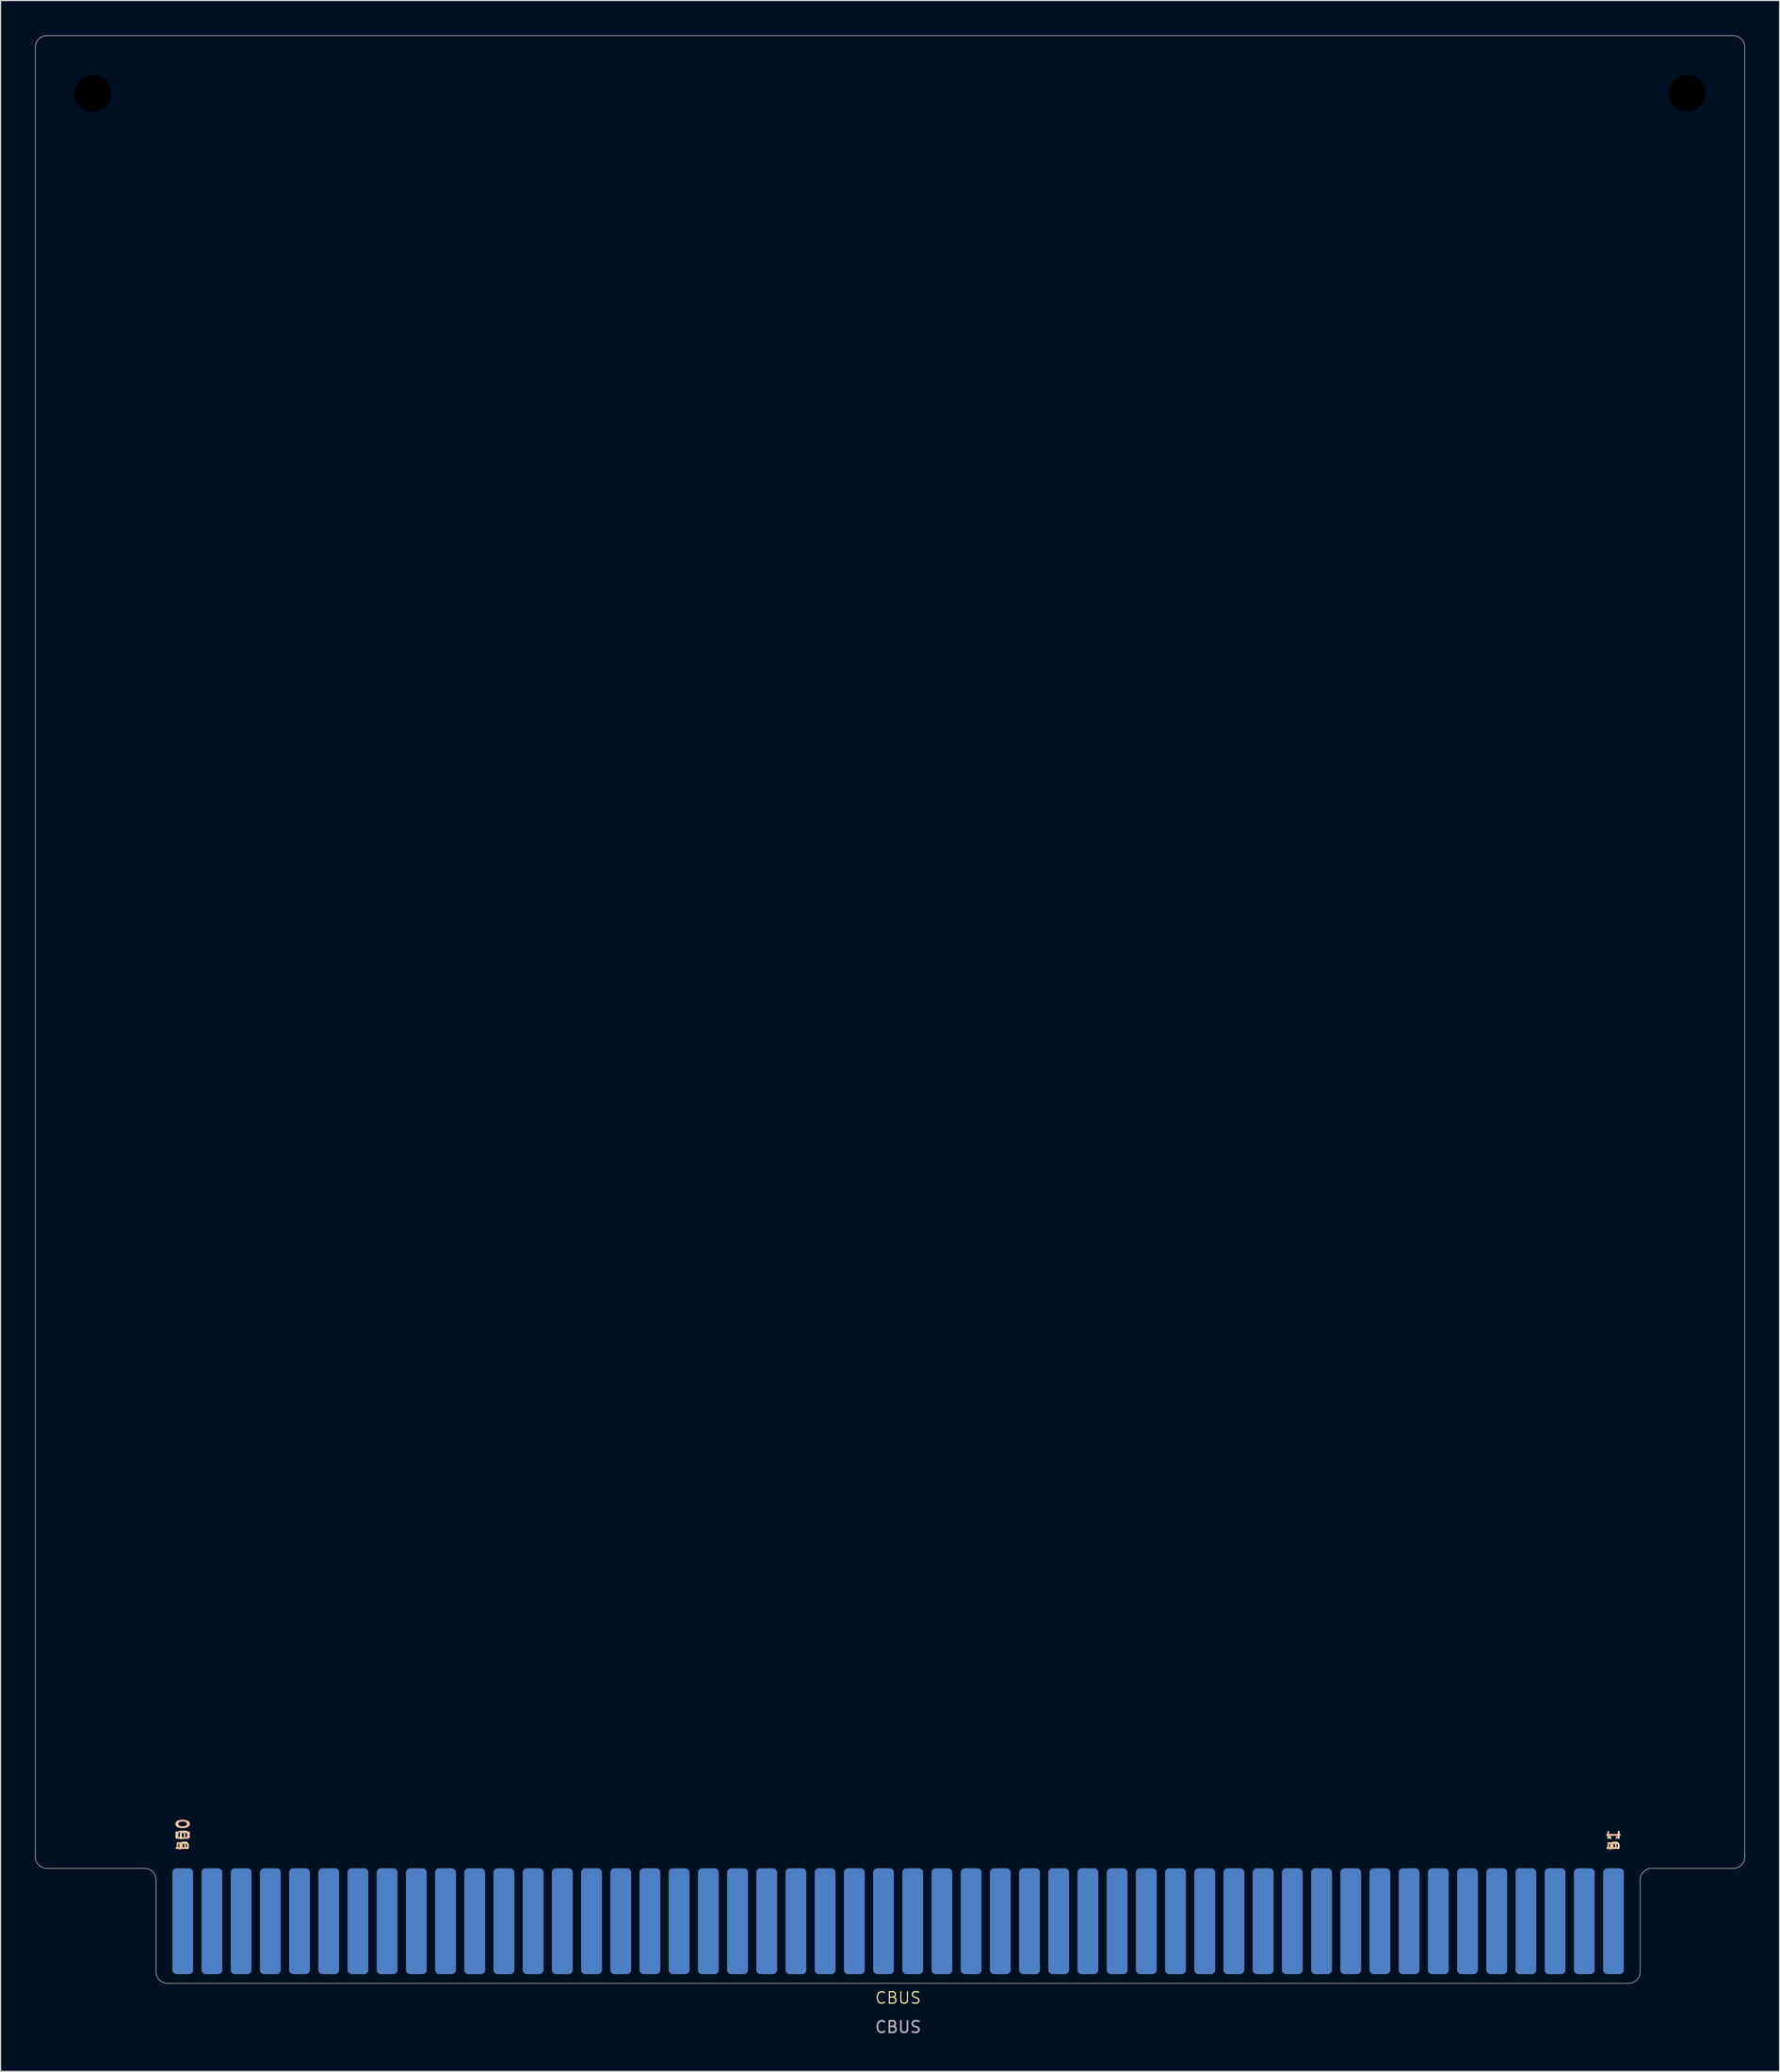
<source format=kicad_pcb>
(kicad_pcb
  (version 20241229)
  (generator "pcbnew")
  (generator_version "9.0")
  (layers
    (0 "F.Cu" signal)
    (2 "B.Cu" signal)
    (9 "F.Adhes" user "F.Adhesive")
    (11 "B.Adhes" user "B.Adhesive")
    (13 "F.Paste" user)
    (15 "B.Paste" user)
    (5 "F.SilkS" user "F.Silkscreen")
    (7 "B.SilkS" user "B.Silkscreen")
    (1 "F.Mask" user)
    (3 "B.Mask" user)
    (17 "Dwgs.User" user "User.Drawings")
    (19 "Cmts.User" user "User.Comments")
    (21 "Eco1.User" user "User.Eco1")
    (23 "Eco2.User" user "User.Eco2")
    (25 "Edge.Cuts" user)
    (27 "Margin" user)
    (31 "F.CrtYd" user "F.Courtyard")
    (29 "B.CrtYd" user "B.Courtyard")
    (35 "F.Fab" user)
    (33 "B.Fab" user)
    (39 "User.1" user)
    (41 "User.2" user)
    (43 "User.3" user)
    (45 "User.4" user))
  (footprint "CBUS"
    (layer "F.Cu")
    (at 75.075 169.45)
    (property "Reference" "CBUS" (at 0 1.27 0) (unlocked yes) (layer "F.SilkS") (effects (font (size 1 1) (thickness 0.1))))
    (attr allow_soldermask_bridges)
    (fp_rect (start -75.05 -10) (end 73.65 0) (stroke (width 0) (type solid)) (fill yes) (layer "F.Mask"))
    (fp_rect (start -75.05 -10) (end 73.65 0) (stroke (width 0) (type solid)) (fill yes) (layer "B.Mask"))
    (fp_line (start -69.97 -159.24) (end -69.97 -10) (stroke (width 0.1) (type default)) (layer "Eco2.User"))
    (fp_line (start -54.73 -159.24) (end -69.97 -159.24) (stroke (width 0.1) (type default)) (layer "Eco2.User"))
    (fp_line (start -54.73 -159.24) (end -54.73 -169.4) (stroke (width 0.1) (type default)) (layer "Eco2.User"))
    (fp_line (start 53.33 -159.24) (end 53.33 -169.4) (stroke (width 0.1) (type default)) (layer "Eco2.User"))
    (fp_line (start 53.33 -159.24) (end 68.57 -159.24) (stroke (width 0.1) (type default)) (layer "Eco2.User"))
    (fp_line (start 68.57 -159.24) (end 68.57 -10) (stroke (width 0.1) (type default)) (layer "Eco2.User"))
    (fp_line (start -75.05 -11) (end -75.05 -168.4) (stroke (width 0.05) (type default)) (layer "Edge.Cuts"))
    (fp_line (start -74.05 -10) (end -65.55 -10) (stroke (width 0.05) (type default)) (layer "Edge.Cuts"))
    (fp_line (start -64.55 -1) (end -64.55 -9) (stroke (width 0.05) (type default)) (layer "Edge.Cuts"))
    (fp_line (start -63.55 0) (end 63.55 0) (stroke (width 0.05) (type default)) (layer "Edge.Cuts"))
    (fp_line (start 64.55 -1) (end 64.55 -9) (stroke (width 0.05) (type default)) (layer "Edge.Cuts"))
    (fp_line (start 65.55 -10) (end 72.65 -10) (stroke (width 0.05) (type default)) (layer "Edge.Cuts"))
    (fp_line (start 72.65 -169.4) (end -74.05 -169.4) (stroke (width 0.05) (type default)) (layer "Edge.Cuts"))
    (fp_line (start 73.65 -168.4) (end 73.65 -11) (stroke (width 0.05) (type default)) (layer "Edge.Cuts"))
    (fp_arc (start -75.05 -168.4) (mid -74.757107 -169.107106) (end -74.05 -169.4) (stroke (width 0.05) (type default)) (layer "Edge.Cuts"))
    (fp_arc (start -74.05 -10) (mid -74.757106 -10.292893) (end -75.05 -11) (stroke (width 0.05) (type default)) (layer "Edge.Cuts"))
    (fp_arc (start -65.55 -10) (mid -64.842894 -9.707107) (end -64.55 -9) (stroke (width 0.05) (type default)) (layer "Edge.Cuts"))
    (fp_arc (start -63.55 0) (mid -64.257106 -0.292893) (end -64.55 -1) (stroke (width 0.05) (type default)) (layer "Edge.Cuts"))
    (fp_arc (start 64.55 -9) (mid 64.842893 -9.707106) (end 65.55 -10) (stroke (width 0.05) (type default)) (layer "Edge.Cuts"))
    (fp_arc (start 64.55 -1) (mid 64.257107 -0.292894) (end 63.55 0) (stroke (width 0.05) (type default)) (layer "Edge.Cuts"))
    (fp_arc (start 72.65 -169.4) (mid 73.357106 -169.107107) (end 73.65 -168.4) (stroke (width 0.05) (type default)) (layer "Edge.Cuts"))
    (fp_arc (start 73.65 -11) (mid 73.357107 -10.292894) (end 72.65 -10) (stroke (width 0.05) (type default)) (layer "Edge.Cuts"))
    (fp_text user "b1" (at 62.23 -11.43 90) (unlocked yes) (layer "F.SilkS") (effects (font (size 1 1) (thickness 0.15)) (justify left)))
    (fp_text user "b50" (at -62.23 -11.43 90) (unlocked yes) (layer "F.SilkS") (effects (font (size 1 1) (thickness 0.15)) (justify left)))
    (fp_text user "a1" (at 62.23 -11.43 270) (unlocked yes) (layer "B.SilkS") (effects (font (size 1 1) (thickness 0.15)) (justify left mirror)))
    (fp_text user "a50" (at -62.23 -11.43 270) (unlocked yes) (layer "B.SilkS") (effects (font (size 1 1) (thickness 0.15)) (justify left mirror)))
    (fp_text user "KEEPOUT" (at -72.5 -14.5 90) (unlocked yes) (layer "Eco2.User") (effects (font (size 1 1) (thickness 0.15))))
    (fp_text user "KEEPOUT" (at 71 -14.5 90) (unlocked yes) (layer "Eco2.User") (effects (font (size 1 1) (thickness 0.15))))
    (fp_text user "${REFERENCE}" (at 0 3.81 0) (unlocked yes) (layer "F.Fab") (effects (font (size 1 1) (thickness 0.15))))
    (pad "" np_thru_hole circle (at -70.05 -164.4) (size 3.5 3.5) (drill 3.2) (layers "*.Mask"))
    (pad "" np_thru_hole circle (at 68.65 -164.4) (size 3.5 3.5) (drill 3.2) (layers "*.Mask"))
    (pad "a1" connect roundrect (at 62.23 -9.1) (size 1.8 9.2) (drill (offset 0 3.7)) (layers "B.Cu" "B.Mask") (roundrect_rratio 0.2))
    (pad "a2" connect roundrect (at 59.69 -9.1) (size 1.8 9.2) (drill (offset 0 3.7)) (layers "B.Cu" "B.Mask") (roundrect_rratio 0.2))
    (pad "a3" connect roundrect (at 57.15 -9.1) (size 1.8 9.2) (drill (offset 0 3.7)) (layers "B.Cu" "B.Mask") (roundrect_rratio 0.2))
    (pad "a4" connect roundrect (at 54.61 -9.1) (size 1.8 9.2) (drill (offset 0 3.7)) (layers "B.Cu" "B.Mask") (roundrect_rratio 0.2))
    (pad "a5" connect roundrect (at 52.07 -9.1) (size 1.8 9.2) (drill (offset 0 3.7)) (layers "B.Cu" "B.Mask") (roundrect_rratio 0.2))
    (pad "a6" connect roundrect (at 49.53 -9.1) (size 1.8 9.2) (drill (offset 0 3.7)) (layers "B.Cu" "B.Mask") (roundrect_rratio 0.2))
    (pad "a7" connect roundrect (at 46.99 -9.1) (size 1.8 9.2) (drill (offset 0 3.7)) (layers "B.Cu" "B.Mask") (roundrect_rratio 0.2))
    (pad "a8" connect roundrect (at 44.45 -9.1) (size 1.8 9.2) (drill (offset 0 3.7)) (layers "B.Cu" "B.Mask") (roundrect_rratio 0.2))
    (pad "a9" connect roundrect (at 41.91 -9.1) (size 1.8 9.2) (drill (offset 0 3.7)) (layers "B.Cu" "B.Mask") (roundrect_rratio 0.2))
    (pad "a10" connect roundrect (at 39.37 -9.1) (size 1.8 9.2) (drill (offset 0 3.7)) (layers "B.Cu" "B.Mask") (roundrect_rratio 0.2))
    (pad "a11" connect roundrect (at 36.83 -9.1) (size 1.8 9.2) (drill (offset 0 3.7)) (layers "B.Cu" "B.Mask") (roundrect_rratio 0.2))
    (pad "a12" connect roundrect (at 34.29 -9.1) (size 1.8 9.2) (drill (offset 0 3.7)) (layers "B.Cu" "B.Mask") (roundrect_rratio 0.2))
    (pad "a13" connect roundrect (at 31.75 -9.1) (size 1.8 9.2) (drill (offset 0 3.7)) (layers "B.Cu" "B.Mask") (roundrect_rratio 0.2))
    (pad "a14" connect roundrect (at 29.21 -9.1) (size 1.8 9.2) (drill (offset 0 3.7)) (layers "B.Cu" "B.Mask") (roundrect_rratio 0.2))
    (pad "a15" connect roundrect (at 26.67 -9.1) (size 1.8 9.2) (drill (offset 0 3.7)) (layers "B.Cu" "B.Mask") (roundrect_rratio 0.2))
    (pad "a16" connect roundrect (at 24.13 -9.1) (size 1.8 9.2) (drill (offset 0 3.7)) (layers "B.Cu" "B.Mask") (roundrect_rratio 0.2))
    (pad "a17" connect roundrect (at 21.59 -9.1) (size 1.8 9.2) (drill (offset 0 3.7)) (layers "B.Cu" "B.Mask") (roundrect_rratio 0.2))
    (pad "a18" connect roundrect (at 19.05 -9.1) (size 1.8 9.2) (drill (offset 0 3.7)) (layers "B.Cu" "B.Mask") (roundrect_rratio 0.2))
    (pad "a19" connect roundrect (at 16.51 -9.1) (size 1.8 9.2) (drill (offset 0 3.7)) (layers "B.Cu" "B.Mask") (roundrect_rratio 0.2))
    (pad "a20" connect roundrect (at 13.97 -9.1) (size 1.8 9.2) (drill (offset 0 3.7)) (layers "B.Cu" "B.Mask") (roundrect_rratio 0.2))
    (pad "a21" connect roundrect (at 11.43 -9.1) (size 1.8 9.2) (drill (offset 0 3.7)) (layers "B.Cu" "B.Mask") (roundrect_rratio 0.2))
    (pad "a22" connect roundrect (at 8.89 -9.1) (size 1.8 9.2) (drill (offset 0 3.7)) (layers "B.Cu" "B.Mask") (roundrect_rratio 0.2))
    (pad "a23" connect roundrect (at 6.35 -9.1) (size 1.8 9.2) (drill (offset 0 3.7)) (layers "B.Cu" "B.Mask") (roundrect_rratio 0.2))
    (pad "a24" connect roundrect (at 3.81 -9.1) (size 1.8 9.2) (drill (offset 0 3.7)) (layers "B.Cu" "B.Mask") (roundrect_rratio 0.2))
    (pad "a25" connect roundrect (at 1.27 -9.1) (size 1.8 9.2) (drill (offset 0 3.7)) (layers "B.Cu" "B.Mask") (roundrect_rratio 0.2))
    (pad "a26" connect roundrect (at -1.27 -9.1) (size 1.8 9.2) (drill (offset 0 3.7)) (layers "B.Cu" "B.Mask") (roundrect_rratio 0.2))
    (pad "a27" connect roundrect (at -3.81 -9.1) (size 1.8 9.2) (drill (offset 0 3.7)) (layers "B.Cu" "B.Mask") (roundrect_rratio 0.2))
    (pad "a28" connect roundrect (at -6.35 -9.1) (size 1.8 9.2) (drill (offset 0 3.7)) (layers "B.Cu" "B.Mask") (roundrect_rratio 0.2))
    (pad "a29" connect roundrect (at -8.89 -9.1) (size 1.8 9.2) (drill (offset 0 3.7)) (layers "B.Cu" "B.Mask") (roundrect_rratio 0.2))
    (pad "a30" connect roundrect (at -11.43 -9.1) (size 1.8 9.2) (drill (offset 0 3.7)) (layers "B.Cu" "B.Mask") (roundrect_rratio 0.2))
    (pad "a31" connect roundrect (at -13.97 -9.1) (size 1.8 9.2) (drill (offset 0 3.7)) (layers "B.Cu" "B.Mask") (roundrect_rratio 0.2))
    (pad "a32" connect roundrect (at -16.51 -9.1) (size 1.8 9.2) (drill (offset 0 3.7)) (layers "B.Cu" "B.Mask") (roundrect_rratio 0.2))
    (pad "a33" connect roundrect (at -19.05 -9.1) (size 1.8 9.2) (drill (offset 0 3.7)) (layers "B.Cu" "B.Mask") (roundrect_rratio 0.2))
    (pad "a34" connect roundrect (at -21.59 -9.1) (size 1.8 9.2) (drill (offset 0 3.7)) (layers "B.Cu" "B.Mask") (roundrect_rratio 0.2))
    (pad "a35" connect roundrect (at -24.13 -9.1) (size 1.8 9.2) (drill (offset 0 3.7)) (layers "B.Cu" "B.Mask") (roundrect_rratio 0.2))
    (pad "a36" connect roundrect (at -26.67 -9.1) (size 1.8 9.2) (drill (offset 0 3.7)) (layers "B.Cu" "B.Mask") (roundrect_rratio 0.2))
    (pad "a37" connect roundrect (at -29.21 -9.1) (size 1.8 9.2) (drill (offset 0 3.7)) (layers "B.Cu" "B.Mask") (roundrect_rratio 0.2))
    (pad "a38" connect roundrect (at -31.75 -9.1) (size 1.8 9.2) (drill (offset 0 3.7)) (layers "B.Cu" "B.Mask") (roundrect_rratio 0.2))
    (pad "a39" connect roundrect (at -34.29 -9.1) (size 1.8 9.2) (drill (offset 0 3.7)) (layers "B.Cu" "B.Mask") (roundrect_rratio 0.2))
    (pad "a40" connect roundrect (at -36.83 -9.1) (size 1.8 9.2) (drill (offset 0 3.7)) (layers "B.Cu" "B.Mask") (roundrect_rratio 0.2))
    (pad "a41" connect roundrect (at -39.37 -9.1) (size 1.8 9.2) (drill (offset 0 3.7)) (layers "B.Cu" "B.Mask") (roundrect_rratio 0.2))
    (pad "a42" connect roundrect (at -41.91 -9.1) (size 1.8 9.2) (drill (offset 0 3.7)) (layers "B.Cu" "B.Mask") (roundrect_rratio 0.2))
    (pad "a43" connect roundrect (at -44.45 -9.1) (size 1.8 9.2) (drill (offset 0 3.7)) (layers "B.Cu" "B.Mask") (roundrect_rratio 0.2))
    (pad "a44" connect roundrect (at -46.99 -9.1) (size 1.8 9.2) (drill (offset 0 3.7)) (layers "B.Cu" "B.Mask") (roundrect_rratio 0.2))
    (pad "a45" connect roundrect (at -49.53 -9.1) (size 1.8 9.2) (drill (offset 0 3.7)) (layers "B.Cu" "B.Mask") (roundrect_rratio 0.2))
    (pad "a46" connect roundrect (at -52.07 -9.1) (size 1.8 9.2) (drill (offset 0 3.7)) (layers "B.Cu" "B.Mask") (roundrect_rratio 0.2))
    (pad "a47" connect roundrect (at -54.61 -9.1) (size 1.8 9.2) (drill (offset 0 3.7)) (layers "B.Cu" "B.Mask") (roundrect_rratio 0.2))
    (pad "a48" connect roundrect (at -57.15 -9.1) (size 1.8 9.2) (drill (offset 0 3.7)) (layers "B.Cu" "B.Mask") (roundrect_rratio 0.2))
    (pad "a49" connect roundrect (at -59.69 -9.1) (size 1.8 9.2) (drill (offset 0 3.7)) (layers "B.Cu" "B.Mask") (roundrect_rratio 0.2))
    (pad "a50" connect roundrect (at -62.23 -9.1) (size 1.8 9.2) (drill (offset 0 3.7)) (layers "B.Cu" "B.Mask") (roundrect_rratio 0.2))
    (pad "b1" connect roundrect (at 62.23 -9.1) (size 1.8 9.2) (drill (offset 0 3.7)) (layers "F.Cu" "F.Mask") (roundrect_rratio 0.2))
    (pad "b2" connect roundrect (at 59.69 -9.1) (size 1.8 9.2) (drill (offset 0 3.7)) (layers "F.Cu" "F.Mask") (roundrect_rratio 0.2))
    (pad "b3" connect roundrect (at 57.15 -9.1) (size 1.8 9.2) (drill (offset 0 3.7)) (layers "F.Cu" "F.Mask") (roundrect_rratio 0.2))
    (pad "b4" connect roundrect (at 54.61 -9.1) (size 1.8 9.2) (drill (offset 0 3.7)) (layers "F.Cu" "F.Mask") (roundrect_rratio 0.2))
    (pad "b5" connect roundrect (at 52.07 -9.1) (size 1.8 9.2) (drill (offset 0 3.7)) (layers "F.Cu" "F.Mask") (roundrect_rratio 0.2))
    (pad "b6" connect roundrect (at 49.53 -9.1) (size 1.8 9.2) (drill (offset 0 3.7)) (layers "F.Cu" "F.Mask") (roundrect_rratio 0.2))
    (pad "b7" connect roundrect (at 46.99 -9.1) (size 1.8 9.2) (drill (offset 0 3.7)) (layers "F.Cu" "F.Mask") (roundrect_rratio 0.2))
    (pad "b8" connect roundrect (at 44.45 -9.1) (size 1.8 9.2) (drill (offset 0 3.7)) (layers "F.Cu" "F.Mask") (roundrect_rratio 0.2))
    (pad "b9" connect roundrect (at 41.91 -9.1) (size 1.8 9.2) (drill (offset 0 3.7)) (layers "F.Cu" "F.Mask") (roundrect_rratio 0.2))
    (pad "b10" connect roundrect (at 39.37 -9.1) (size 1.8 9.2) (drill (offset 0 3.7)) (layers "F.Cu" "F.Mask") (roundrect_rratio 0.2))
    (pad "b11" connect roundrect (at 36.83 -9.1) (size 1.8 9.2) (drill (offset 0 3.7)) (layers "F.Cu" "F.Mask") (roundrect_rratio 0.2))
    (pad "b12" connect roundrect (at 34.29 -9.1) (size 1.8 9.2) (drill (offset 0 3.7)) (layers "F.Cu" "F.Mask") (roundrect_rratio 0.2))
    (pad "b13" connect roundrect (at 31.75 -9.1) (size 1.8 9.2) (drill (offset 0 3.7)) (layers "F.Cu" "F.Mask") (roundrect_rratio 0.2))
    (pad "b14" connect roundrect (at 29.21 -9.1) (size 1.8 9.2) (drill (offset 0 3.7)) (layers "F.Cu" "F.Mask") (roundrect_rratio 0.2))
    (pad "b15" connect roundrect (at 26.67 -9.1) (size 1.8 9.2) (drill (offset 0 3.7)) (layers "F.Cu" "F.Mask") (roundrect_rratio 0.2))
    (pad "b16" connect roundrect (at 24.13 -9.1) (size 1.8 9.2) (drill (offset 0 3.7)) (layers "F.Cu" "F.Mask") (roundrect_rratio 0.2))
    (pad "b17" connect roundrect (at 21.59 -9.1) (size 1.8 9.2) (drill (offset 0 3.7)) (layers "F.Cu" "F.Mask") (roundrect_rratio 0.2))
    (pad "b18" connect roundrect (at 19.05 -9.1) (size 1.8 9.2) (drill (offset 0 3.7)) (layers "F.Cu" "F.Mask") (roundrect_rratio 0.2))
    (pad "b19" connect roundrect (at 16.51 -9.1) (size 1.8 9.2) (drill (offset 0 3.7)) (layers "F.Cu" "F.Mask") (roundrect_rratio 0.2))
    (pad "b20" connect roundrect (at 13.97 -9.1) (size 1.8 9.2) (drill (offset 0 3.7)) (layers "F.Cu" "F.Mask") (roundrect_rratio 0.2))
    (pad "b21" connect roundrect (at 11.43 -9.1) (size 1.8 9.2) (drill (offset 0 3.7)) (layers "F.Cu" "F.Mask") (roundrect_rratio 0.2))
    (pad "b22" connect roundrect (at 8.89 -9.1) (size 1.8 9.2) (drill (offset 0 3.7)) (layers "F.Cu" "F.Mask") (roundrect_rratio 0.2))
    (pad "b23" connect roundrect (at 6.35 -9.1) (size 1.8 9.2) (drill (offset 0 3.7)) (layers "F.Cu" "F.Mask") (roundrect_rratio 0.2))
    (pad "b24" connect roundrect (at 3.81 -9.1) (size 1.8 9.2) (drill (offset 0 3.7)) (layers "F.Cu" "F.Mask") (roundrect_rratio 0.2))
    (pad "b25" connect roundrect (at 1.27 -9.1) (size 1.8 9.2) (drill (offset 0 3.7)) (layers "F.Cu" "F.Mask") (roundrect_rratio 0.2))
    (pad "b26" connect roundrect (at -1.27 -9.1) (size 1.8 9.2) (drill (offset 0 3.7)) (layers "F.Cu" "F.Mask") (roundrect_rratio 0.2))
    (pad "b27" connect roundrect (at -3.81 -9.1) (size 1.8 9.2) (drill (offset 0 3.7)) (layers "F.Cu" "F.Mask") (roundrect_rratio 0.2))
    (pad "b28" connect roundrect (at -6.35 -9.1) (size 1.8 9.2) (drill (offset 0 3.7)) (layers "F.Cu" "F.Mask") (roundrect_rratio 0.2))
    (pad "b29" connect roundrect (at -8.89 -9.1) (size 1.8 9.2) (drill (offset 0 3.7)) (layers "F.Cu" "F.Mask") (roundrect_rratio 0.2))
    (pad "b30" connect roundrect (at -11.43 -9.1) (size 1.8 9.2) (drill (offset 0 3.7)) (layers "F.Cu" "F.Mask") (roundrect_rratio 0.2))
    (pad "b31" connect roundrect (at -13.97 -9.1) (size 1.8 9.2) (drill (offset 0 3.7)) (layers "F.Cu" "F.Mask") (roundrect_rratio 0.2))
    (pad "b32" connect roundrect (at -16.51 -9.1) (size 1.8 9.2) (drill (offset 0 3.7)) (layers "F.Cu" "F.Mask") (roundrect_rratio 0.2))
    (pad "b33" connect roundrect (at -19.05 -9.1) (size 1.8 9.2) (drill (offset 0 3.7)) (layers "F.Cu" "F.Mask") (roundrect_rratio 0.2))
    (pad "b34" connect roundrect (at -21.59 -9.1) (size 1.8 9.2) (drill (offset 0 3.7)) (layers "F.Cu" "F.Mask") (roundrect_rratio 0.2))
    (pad "b35" connect roundrect (at -24.13 -9.1) (size 1.8 9.2) (drill (offset 0 3.7)) (layers "F.Cu" "F.Mask") (roundrect_rratio 0.2))
    (pad "b36" connect roundrect (at -26.67 -9.1) (size 1.8 9.2) (drill (offset 0 3.7)) (layers "F.Cu" "F.Mask") (roundrect_rratio 0.2))
    (pad "b37" connect roundrect (at -29.21 -9.1) (size 1.8 9.2) (drill (offset 0 3.7)) (layers "F.Cu" "F.Mask") (roundrect_rratio 0.2))
    (pad "b38" connect roundrect (at -31.75 -9.1) (size 1.8 9.2) (drill (offset 0 3.7)) (layers "F.Cu" "F.Mask") (roundrect_rratio 0.2))
    (pad "b39" connect roundrect (at -34.29 -9.1) (size 1.8 9.2) (drill (offset 0 3.7)) (layers "F.Cu" "F.Mask") (roundrect_rratio 0.2))
    (pad "b40" connect roundrect (at -36.83 -9.1) (size 1.8 9.2) (drill (offset 0 3.7)) (layers "F.Cu" "F.Mask") (roundrect_rratio 0.2))
    (pad "b41" connect roundrect (at -39.37 -9.1) (size 1.8 9.2) (drill (offset 0 3.7)) (layers "F.Cu" "F.Mask") (roundrect_rratio 0.2))
    (pad "b42" connect roundrect (at -41.91 -9.1) (size 1.8 9.2) (drill (offset 0 3.7)) (layers "F.Cu" "F.Mask") (roundrect_rratio 0.2))
    (pad "b43" connect roundrect (at -44.45 -9.1) (size 1.8 9.2) (drill (offset 0 3.7)) (layers "F.Cu" "F.Mask") (roundrect_rratio 0.2))
    (pad "b44" connect roundrect (at -46.99 -9.1) (size 1.8 9.2) (drill (offset 0 3.7)) (layers "F.Cu" "F.Mask") (roundrect_rratio 0.2))
    (pad "b45" connect roundrect (at -49.53 -9.1) (size 1.8 9.2) (drill (offset 0 3.7)) (layers "F.Cu" "F.Mask") (roundrect_rratio 0.2))
    (pad "b46" connect roundrect (at -52.07 -9.1) (size 1.8 9.2) (drill (offset 0 3.7)) (layers "F.Cu" "F.Mask") (roundrect_rratio 0.2))
    (pad "b47" connect roundrect (at -54.61 -9.1) (size 1.8 9.2) (drill (offset 0 3.7)) (layers "F.Cu" "F.Mask") (roundrect_rratio 0.2))
    (pad "b48" connect roundrect (at -57.15 -9.1) (size 1.8 9.2) (drill (offset 0 3.7)) (layers "F.Cu" "F.Mask") (roundrect_rratio 0.2))
    (pad "b49" connect roundrect (at -59.69 -9.1) (size 1.8 9.2) (drill (offset 0 3.7)) (layers "F.Cu" "F.Mask") (roundrect_rratio 0.2))
    (pad "b50" connect roundrect (at -62.23 -9.1) (size 1.8 9.2) (drill (offset 0 3.7)) (layers "F.Cu" "F.Mask") (roundrect_rratio 0.2)))
  (gr_rect
    (start -3 -3)
    (end 151.75 177.108)
    (stroke (width 0.1) (type default))
    (fill no)
    (layer "Edge.Cuts")))
</source>
